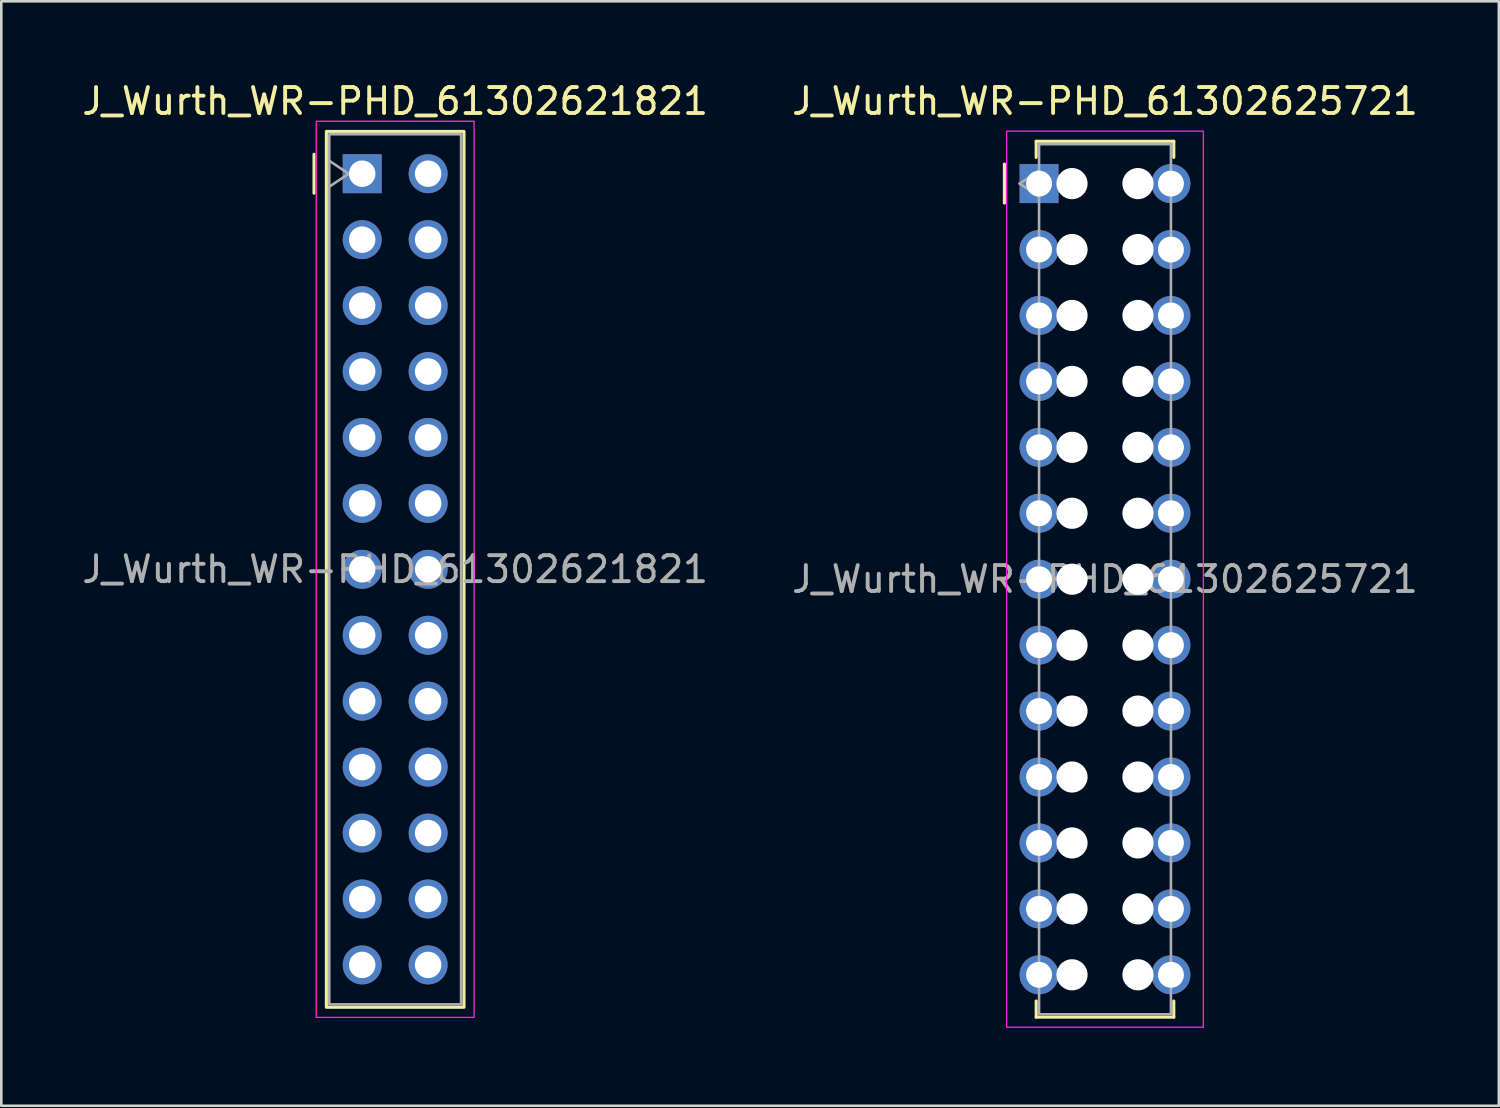
<source format=kicad_pcb>
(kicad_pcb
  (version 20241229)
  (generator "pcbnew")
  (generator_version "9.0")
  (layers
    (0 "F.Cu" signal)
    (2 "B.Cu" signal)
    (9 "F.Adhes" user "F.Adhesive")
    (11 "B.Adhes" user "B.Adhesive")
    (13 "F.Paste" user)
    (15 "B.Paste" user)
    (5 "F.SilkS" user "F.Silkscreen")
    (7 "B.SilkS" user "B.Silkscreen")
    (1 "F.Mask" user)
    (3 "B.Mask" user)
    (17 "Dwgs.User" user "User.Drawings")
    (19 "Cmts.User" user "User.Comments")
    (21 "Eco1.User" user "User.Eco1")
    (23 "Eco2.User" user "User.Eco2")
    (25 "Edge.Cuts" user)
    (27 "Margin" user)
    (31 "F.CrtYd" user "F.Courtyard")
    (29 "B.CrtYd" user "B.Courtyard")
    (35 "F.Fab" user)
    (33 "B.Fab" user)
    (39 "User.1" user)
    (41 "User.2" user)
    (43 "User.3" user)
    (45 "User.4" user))
  (footprint "J_Wurth_WR-PHD_61302621821"
    (layer "F.Cu")
    (at 10.903 3.642)
    (property "Reference" "J_Wurth_WR-PHD_61302621821" (at 1.27 -2.794 0) (unlocked yes) (layer "F.SilkS") (effects (font (size 1 1) (thickness 0.15))))
    (attr through_hole)
    (fp_line (start -1.855 -0.75) (end -1.855 0.75) (stroke (width 0.12) (type solid)) (layer "F.SilkS"))
    (fp_rect (start -1.38 -1.63) (end 3.92 32.11) (stroke (width 0.12) (type solid)) (fill no) (layer "F.SilkS"))
    (fp_rect (start -1.77 -2.02) (end 4.31 32.5) (stroke (width 0.05) (type solid)) (fill no) (layer "F.CrtYd"))
    (fp_line (start -1.27 -0.5) (end -0.52 0) (stroke (width 0.1) (type solid)) (layer "F.Fab"))
    (fp_line (start -0.52 0) (end -1.27 0.5) (stroke (width 0.1) (type solid)) (layer "F.Fab"))
    (fp_rect (start -1.27 -1.52) (end 3.81 32) (stroke (width 0.1) (type solid)) (fill no) (layer "F.Fab"))
    (fp_text user "${REFERENCE}" (at 1.27 15.24 0) (unlocked yes) (layer "F.Fab") (effects (font (size 1 1) (thickness 0.15))))
    (pad "1" thru_hole rect (at 0 0) (size 1.5 1.5) (drill 1.02) (layers "*.Cu" "*.Mask"))
    (pad "2" thru_hole circle (at 2.54 0) (size 1.5 1.5) (drill 1.02) (layers "*.Cu" "*.Mask"))
    (pad "3" thru_hole circle (at 0 2.54) (size 1.5 1.5) (drill 1.02) (layers "*.Cu" "*.Mask"))
    (pad "4" thru_hole circle (at 2.54 2.54) (size 1.5 1.5) (drill 1.02) (layers "*.Cu" "*.Mask"))
    (pad "5" thru_hole circle (at 0 5.08) (size 1.5 1.5) (drill 1.02) (layers "*.Cu" "*.Mask"))
    (pad "6" thru_hole circle (at 2.54 5.08) (size 1.5 1.5) (drill 1.02) (layers "*.Cu" "*.Mask"))
    (pad "7" thru_hole circle (at 0 7.62) (size 1.5 1.5) (drill 1.02) (layers "*.Cu" "*.Mask"))
    (pad "8" thru_hole circle (at 2.54 7.62) (size 1.5 1.5) (drill 1.02) (layers "*.Cu" "*.Mask"))
    (pad "9" thru_hole circle (at 0 10.16) (size 1.5 1.5) (drill 1.02) (layers "*.Cu" "*.Mask"))
    (pad "10" thru_hole circle (at 2.54 10.16) (size 1.5 1.5) (drill 1.02) (layers "*.Cu" "*.Mask"))
    (pad "11" thru_hole circle (at 0 12.7) (size 1.5 1.5) (drill 1.02) (layers "*.Cu" "*.Mask"))
    (pad "12" thru_hole circle (at 2.54 12.7) (size 1.5 1.5) (drill 1.02) (layers "*.Cu" "*.Mask"))
    (pad "13" thru_hole circle (at 0 15.24) (size 1.5 1.5) (drill 1.02) (layers "*.Cu" "*.Mask"))
    (pad "14" thru_hole circle (at 2.54 15.24) (size 1.5 1.5) (drill 1.02) (layers "*.Cu" "*.Mask"))
    (pad "15" thru_hole circle (at 0 17.78) (size 1.5 1.5) (drill 1.02) (layers "*.Cu" "*.Mask"))
    (pad "16" thru_hole circle (at 2.54 17.78) (size 1.5 1.5) (drill 1.02) (layers "*.Cu" "*.Mask"))
    (pad "17" thru_hole circle (at 0 20.32) (size 1.5 1.5) (drill 1.02) (layers "*.Cu" "*.Mask"))
    (pad "18" thru_hole circle (at 2.54 20.32) (size 1.5 1.5) (drill 1.02) (layers "*.Cu" "*.Mask"))
    (pad "19" thru_hole circle (at 0 22.86) (size 1.5 1.5) (drill 1.02) (layers "*.Cu" "*.Mask"))
    (pad "20" thru_hole circle (at 2.54 22.86) (size 1.5 1.5) (drill 1.02) (layers "*.Cu" "*.Mask"))
    (pad "21" thru_hole circle (at 0 25.4) (size 1.5 1.5) (drill 1.02) (layers "*.Cu" "*.Mask"))
    (pad "22" thru_hole circle (at 2.54 25.4) (size 1.5 1.5) (drill 1.02) (layers "*.Cu" "*.Mask"))
    (pad "23" thru_hole circle (at 0 27.94) (size 1.5 1.5) (drill 1.02) (layers "*.Cu" "*.Mask"))
    (pad "24" thru_hole circle (at 2.54 27.94) (size 1.5 1.5) (drill 1.02) (layers "*.Cu" "*.Mask"))
    (pad "25" thru_hole circle (at 0 30.48) (size 1.5 1.5) (drill 1.02) (layers "*.Cu" "*.Mask"))
    (pad "26" thru_hole circle (at 2.54 30.48) (size 1.5 1.5) (drill 1.02) (layers "*.Cu" "*.Mask")))
  (footprint "J_Wurth_WR-PHD_61302625721"
    (layer "F.Cu")
    (at 36.978 4.023)
    (property "Reference" "J_Wurth_WR-PHD_61302625721" (at 2.54 -3.175 0) (unlocked yes) (layer "F.SilkS") (effects (font (size 1 1) (thickness 0.15))))
    (attr through_hole)
    (fp_line (start -1.335 -0.75) (end -1.335 0.75) (stroke (width 0.12) (type solid)) (layer "F.SilkS"))
    (fp_line (start -0.11 -1.63) (end -0.11 -1.01) (stroke (width 0.12) (type solid)) (layer "F.SilkS"))
    (fp_line (start -0.11 32.11) (end -0.11 31.49) (stroke (width 0.12) (type solid)) (layer "F.SilkS"))
    (fp_line (start 5.19 -1.63) (end -0.11 -1.63) (stroke (width 0.12) (type solid)) (layer "F.SilkS"))
    (fp_line (start 5.19 -1.63) (end 5.19 -1.01) (stroke (width 0.12) (type solid)) (layer "F.SilkS"))
    (fp_line (start 5.19 32.11) (end -0.11 32.11) (stroke (width 0.12) (type solid)) (layer "F.SilkS"))
    (fp_line (start 5.19 32.11) (end 5.19 31.49) (stroke (width 0.12) (type solid)) (layer "F.SilkS"))
    (fp_rect (start -1.25 -2.02) (end 6.33 32.5) (stroke (width 0.05) (type solid)) (fill no) (layer "F.CrtYd"))
    (fp_line (start -0.75 0) (end 0 -0.5) (stroke (width 0.1) (type solid)) (layer "F.Fab"))
    (fp_line (start 0 0.5) (end -0.75 0) (stroke (width 0.1) (type solid)) (layer "F.Fab"))
    (fp_rect (start 0 -1.52) (end 5.08 32) (stroke (width 0.1) (type solid)) (fill no) (layer "F.Fab"))
    (fp_text user "${REFERENCE}" (at 2.54 15.24 0) (unlocked yes) (layer "F.Fab") (effects (font (size 1 1) (thickness 0.15))))
    (pad "" np_thru_hole circle (at 1.27 0 270) (size 1.2 1.2) (drill 1.2) (layers "*.Cu" "*.Mask"))
    (pad "" np_thru_hole circle (at 1.27 2.54 270) (size 1.2 1.2) (drill 1.2) (layers "*.Cu" "*.Mask"))
    (pad "" np_thru_hole circle (at 1.27 5.08 270) (size 1.2 1.2) (drill 1.2) (layers "*.Cu" "*.Mask"))
    (pad "" np_thru_hole circle (at 1.27 7.62 270) (size 1.2 1.2) (drill 1.2) (layers "*.Cu" "*.Mask"))
    (pad "" np_thru_hole circle (at 1.27 10.16 270) (size 1.2 1.2) (drill 1.2) (layers "*.Cu" "*.Mask"))
    (pad "" np_thru_hole circle (at 1.27 12.7 270) (size 1.2 1.2) (drill 1.2) (layers "*.Cu" "*.Mask"))
    (pad "" np_thru_hole circle (at 1.27 15.24 270) (size 1.2 1.2) (drill 1.2) (layers "*.Cu" "*.Mask"))
    (pad "" np_thru_hole circle (at 1.27 17.78 270) (size 1.2 1.2) (drill 1.2) (layers "*.Cu" "*.Mask"))
    (pad "" np_thru_hole circle (at 1.27 20.32 270) (size 1.2 1.2) (drill 1.2) (layers "*.Cu" "*.Mask"))
    (pad "" np_thru_hole circle (at 1.27 22.86 270) (size 1.2 1.2) (drill 1.2) (layers "*.Cu" "*.Mask"))
    (pad "" np_thru_hole circle (at 1.27 25.4 270) (size 1.2 1.2) (drill 1.2) (layers "*.Cu" "*.Mask"))
    (pad "" np_thru_hole circle (at 1.27 27.94 270) (size 1.2 1.2) (drill 1.2) (layers "*.Cu" "*.Mask"))
    (pad "" np_thru_hole circle (at 1.27 30.48 270) (size 1.2 1.2) (drill 1.2) (layers "*.Cu" "*.Mask"))
    (pad "" np_thru_hole circle (at 3.81 0 270) (size 1.2 1.2) (drill 1.2) (layers "*.Cu" "*.Mask"))
    (pad "" np_thru_hole circle (at 3.81 2.54 270) (size 1.2 1.2) (drill 1.2) (layers "*.Cu" "*.Mask"))
    (pad "" np_thru_hole circle (at 3.81 5.08 270) (size 1.2 1.2) (drill 1.2) (layers "*.Cu" "*.Mask"))
    (pad "" np_thru_hole circle (at 3.81 7.62 270) (size 1.2 1.2) (drill 1.2) (layers "*.Cu" "*.Mask"))
    (pad "" np_thru_hole circle (at 3.81 10.16 270) (size 1.2 1.2) (drill 1.2) (layers "*.Cu" "*.Mask"))
    (pad "" np_thru_hole circle (at 3.81 12.7 270) (size 1.2 1.2) (drill 1.2) (layers "*.Cu" "*.Mask"))
    (pad "" np_thru_hole circle (at 3.81 15.24 270) (size 1.2 1.2) (drill 1.2) (layers "*.Cu" "*.Mask"))
    (pad "" np_thru_hole circle (at 3.81 17.78 270) (size 1.2 1.2) (drill 1.2) (layers "*.Cu" "*.Mask"))
    (pad "" np_thru_hole circle (at 3.81 20.32 270) (size 1.2 1.2) (drill 1.2) (layers "*.Cu" "*.Mask"))
    (pad "" np_thru_hole circle (at 3.81 22.86 270) (size 1.2 1.2) (drill 1.2) (layers "*.Cu" "*.Mask"))
    (pad "" np_thru_hole circle (at 3.81 25.4 270) (size 1.2 1.2) (drill 1.2) (layers "*.Cu" "*.Mask"))
    (pad "" np_thru_hole circle (at 3.81 27.94 270) (size 1.2 1.2) (drill 1.2) (layers "*.Cu" "*.Mask"))
    (pad "" np_thru_hole circle (at 3.81 30.48 270) (size 1.2 1.2) (drill 1.2) (layers "*.Cu" "*.Mask"))
    (pad "1" thru_hole rect (at 0 0 270) (size 1.5 1.5) (drill 1) (layers "*.Cu" "*.Mask"))
    (pad "2" thru_hole circle (at 5.08 0 270) (size 1.5 1.5) (drill 1) (layers "*.Cu" "*.Mask"))
    (pad "3" thru_hole circle (at 0 2.54 270) (size 1.5 1.5) (drill 1) (layers "*.Cu" "*.Mask"))
    (pad "4" thru_hole circle (at 5.08 2.54 270) (size 1.5 1.5) (drill 1) (layers "*.Cu" "*.Mask"))
    (pad "5" thru_hole circle (at 0 5.08 270) (size 1.5 1.5) (drill 1) (layers "*.Cu" "*.Mask"))
    (pad "6" thru_hole circle (at 5.08 5.08 270) (size 1.5 1.5) (drill 1) (layers "*.Cu" "*.Mask"))
    (pad "7" thru_hole circle (at 0 7.62 270) (size 1.5 1.5) (drill 1) (layers "*.Cu" "*.Mask"))
    (pad "8" thru_hole circle (at 5.08 7.62 270) (size 1.5 1.5) (drill 1) (layers "*.Cu" "*.Mask"))
    (pad "9" thru_hole circle (at 0 10.16 270) (size 1.5 1.5) (drill 1) (layers "*.Cu" "*.Mask"))
    (pad "10" thru_hole circle (at 5.08 10.16 270) (size 1.5 1.5) (drill 1) (layers "*.Cu" "*.Mask"))
    (pad "11" thru_hole circle (at 0 12.7 270) (size 1.5 1.5) (drill 1) (layers "*.Cu" "*.Mask"))
    (pad "12" thru_hole circle (at 5.08 12.7 270) (size 1.5 1.5) (drill 1) (layers "*.Cu" "*.Mask"))
    (pad "13" thru_hole circle (at 0 15.24 270) (size 1.5 1.5) (drill 1) (layers "*.Cu" "*.Mask"))
    (pad "14" thru_hole circle (at 5.08 15.24 270) (size 1.5 1.5) (drill 1) (layers "*.Cu" "*.Mask"))
    (pad "15" thru_hole circle (at 0 17.78 270) (size 1.5 1.5) (drill 1) (layers "*.Cu" "*.Mask"))
    (pad "16" thru_hole circle (at 5.08 17.78 270) (size 1.5 1.5) (drill 1) (layers "*.Cu" "*.Mask"))
    (pad "17" thru_hole circle (at 0 20.32 270) (size 1.5 1.5) (drill 1) (layers "*.Cu" "*.Mask"))
    (pad "18" thru_hole circle (at 5.08 20.32 270) (size 1.5 1.5) (drill 1) (layers "*.Cu" "*.Mask"))
    (pad "19" thru_hole circle (at 0 22.86 270) (size 1.5 1.5) (drill 1) (layers "*.Cu" "*.Mask"))
    (pad "20" thru_hole circle (at 5.08 22.86 270) (size 1.5 1.5) (drill 1) (layers "*.Cu" "*.Mask"))
    (pad "21" thru_hole circle (at 0 25.4 270) (size 1.5 1.5) (drill 1) (layers "*.Cu" "*.Mask"))
    (pad "22" thru_hole circle (at 5.08 25.4 270) (size 1.5 1.5) (drill 1) (layers "*.Cu" "*.Mask"))
    (pad "23" thru_hole circle (at 0 27.94 270) (size 1.5 1.5) (drill 1) (layers "*.Cu" "*.Mask"))
    (pad "24" thru_hole circle (at 5.08 27.94 270) (size 1.5 1.5) (drill 1) (layers "*.Cu" "*.Mask"))
    (pad "25" thru_hole circle (at 0 30.48 270) (size 1.5 1.5) (drill 1) (layers "*.Cu" "*.Mask"))
    (pad "26" thru_hole circle (at 5.08 30.48 270) (size 1.5 1.5) (drill 1) (layers "*.Cu" "*.Mask")))
  (gr_rect
    (start -3 -3)
    (end 54.69 39.548)
    (stroke (width 0.1) (type default))
    (fill no)
    (layer "Edge.Cuts")))
</source>
